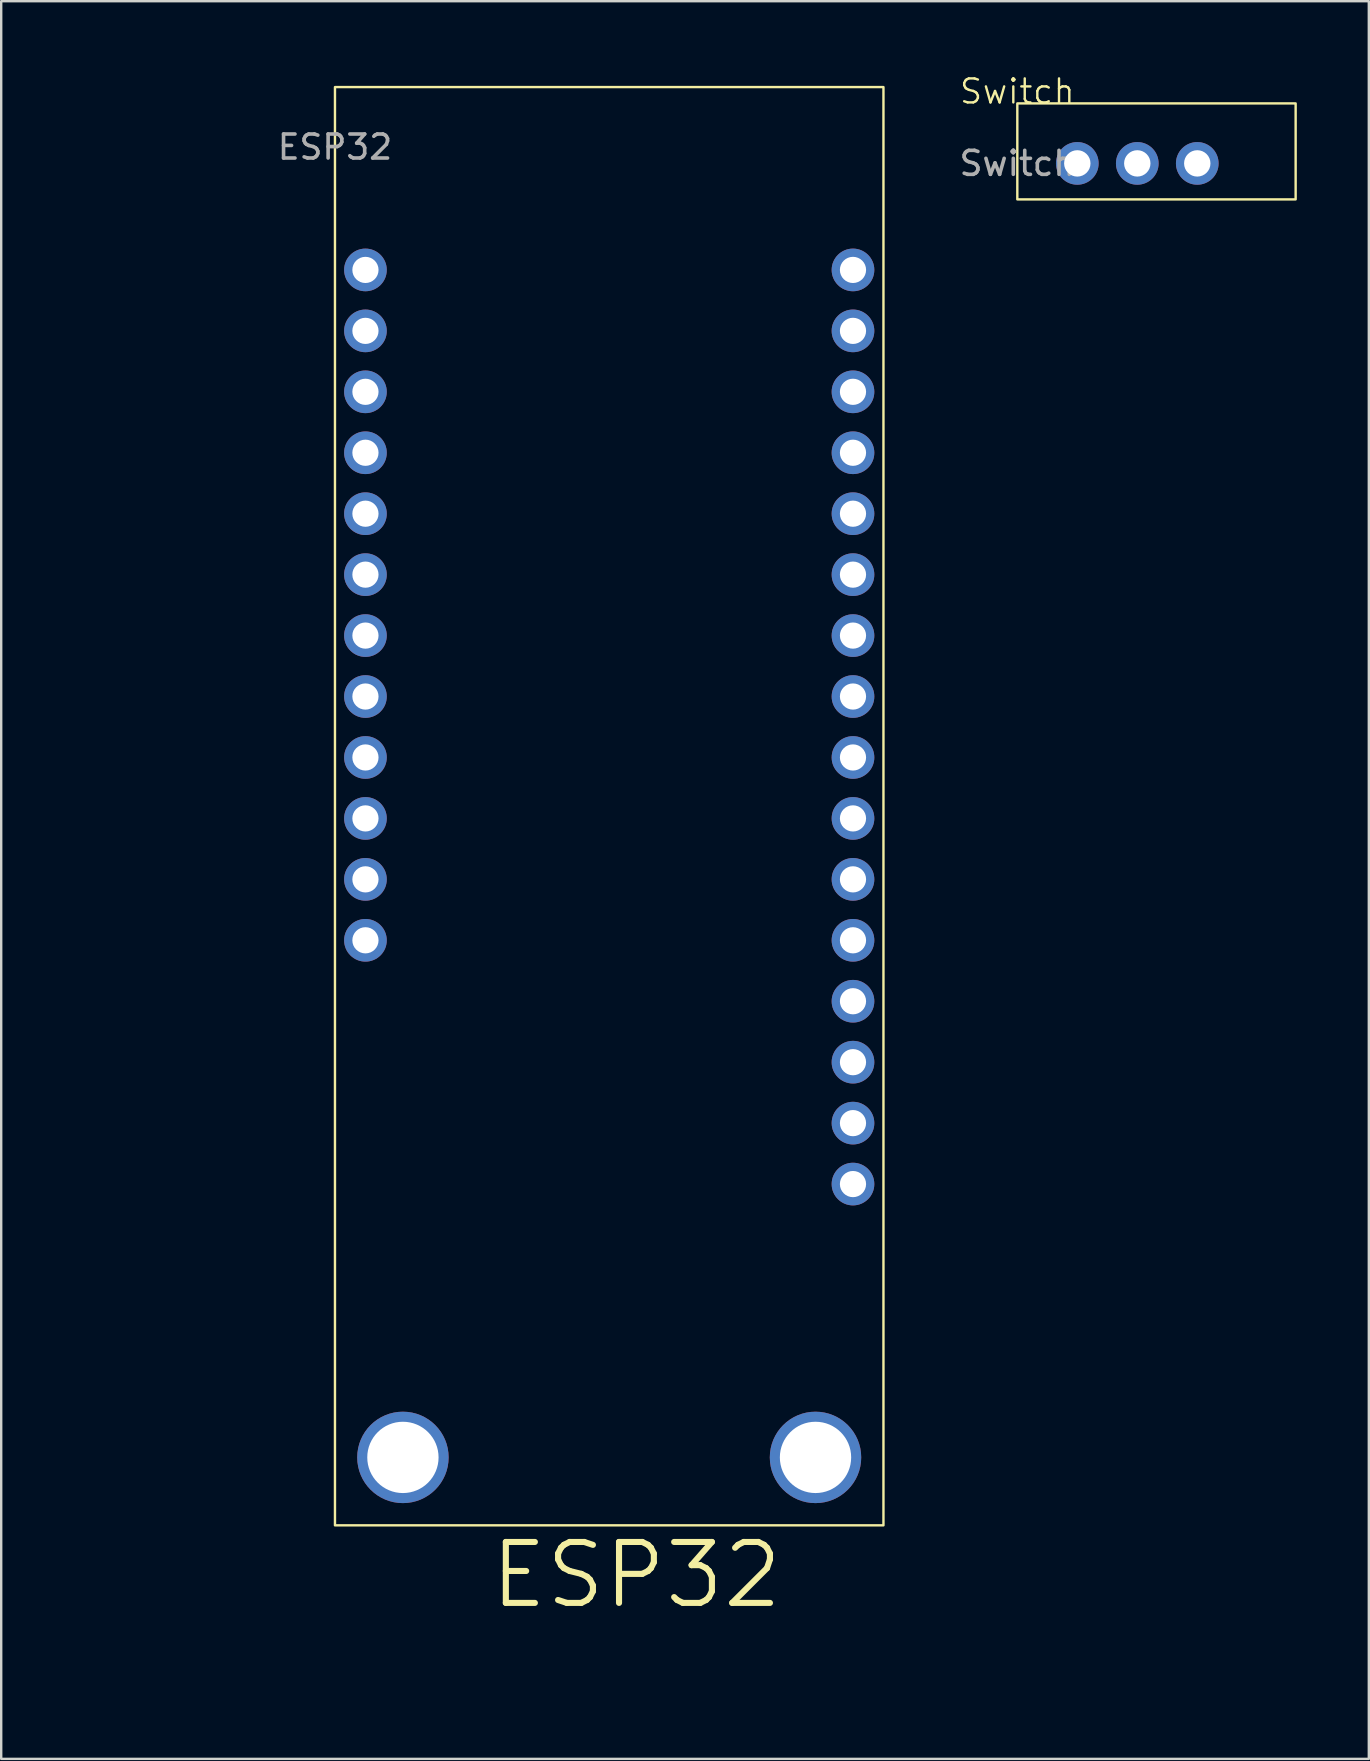
<source format=kicad_pcb>
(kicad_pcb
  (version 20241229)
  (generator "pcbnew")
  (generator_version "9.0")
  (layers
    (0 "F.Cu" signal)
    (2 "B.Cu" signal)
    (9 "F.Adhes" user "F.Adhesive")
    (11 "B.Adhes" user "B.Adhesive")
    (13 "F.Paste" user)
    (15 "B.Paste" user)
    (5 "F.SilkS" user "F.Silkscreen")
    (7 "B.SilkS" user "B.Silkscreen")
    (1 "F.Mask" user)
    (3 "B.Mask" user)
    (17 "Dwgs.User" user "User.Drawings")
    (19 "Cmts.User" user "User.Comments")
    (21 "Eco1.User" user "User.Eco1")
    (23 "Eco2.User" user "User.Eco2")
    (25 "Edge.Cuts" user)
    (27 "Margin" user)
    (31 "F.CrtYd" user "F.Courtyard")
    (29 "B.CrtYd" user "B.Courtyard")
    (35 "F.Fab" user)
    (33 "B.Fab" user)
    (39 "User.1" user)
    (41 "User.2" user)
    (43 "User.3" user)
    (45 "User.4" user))
  (footprint "Switch"
    (layer "F.Cu")
    (at 39.35 1.26)
    (property "Reference" "Switch" (at 0 -0.5 0) (unlocked yes) (layer "F.SilkS") (effects (font (size 1 1) (thickness 0.1))))
    (attr through_hole)
    (fp_rect (start 0 0) (end 11.6 4) (stroke (width 0.1) (type default)) (fill no) (layer "F.SilkS"))
    (fp_text user "${REFERENCE}" (at 0 2.5 0) (unlocked yes) (layer "F.Fab") (effects (font (size 1 1) (thickness 0.15))))
    (pad "1" thru_hole circle (at 2.5 2.5) (size 1.778 1.778) (drill 1.1) (layers "*.Cu" "*.Mask"))
    (pad "2" thru_hole circle (at 5 2.5) (size 1.778 1.778) (drill 1.1) (layers "*.Cu" "*.Mask"))
    (pad "3" thru_hole circle (at 7.5 2.5) (size 1.778 1.778) (drill 1.1) (layers "*.Cu" "*.Mask")))
  (footprint "ESP32"
    (layer "F.Cu")
    (at 10.911 0.58)
    (property "Reference" "ESP32" (at 1.27 0 0) (unlocked yes) (layer "User.1") (effects (font (size 0.762 0.762) (thickness 0.076))))
    (attr through_hole)
    (fp_rect (start 0 0) (end 22.86 59.944) (stroke (width 0.1) (type default)) (fill no) (layer "F.SilkS"))
    (fp_text user "ESP32" (at 6.35 63.5 0) (unlocked yes) (layer "F.SilkS") (effects (font (size 2.54 2.54) (thickness 0.254)) (justify left bottom)))
    (fp_text user "${REFERENCE}" (at 0 2.5 0) (unlocked yes) (layer "F.Fab") (effects (font (size 1 1) (thickness 0.15))))
    (dimension (type aligned) (layer "User.1") (pts (xy 12.181 8.2) (xy 32.501 8.2)) (height -2.286) (format (prefix "") (suffix "") (units 3) (units_format 1) (precision 4)) (style (thickness 0.1) (arrow_length 1.27) (text_position_mode 0) (arrow_direction outward) (extension_height 0.586) (extension_offset 0.5) (keep_text_aligned yes)) (gr_text "20.3200 mm" (at 22.341 4.764 0) (layer "User.1") (effects (font (size 1 1) (thickness 0.15)))))
    (dimension (type aligned) (layer "User.1") (pts (xy 10.911 0.58) (xy 10.911 60.524)) (height 4.826) (format (prefix "") (suffix "") (units 3) (units_format 1) (precision 4)) (style (thickness 0.1) (arrow_length 1.27) (text_position_mode 0) (arrow_direction outward) (extension_height 0.586) (extension_offset 0.5) (keep_text_aligned yes)) (gr_text "59.9440 mm" (at 4.935 30.552 90) (layer "User.1") (effects (font (size 1 1) (thickness 0.15)))))
    (dimension (type aligned) (layer "User.1") (pts (xy 10.911 60.498) (xy 33.771 60.498)) (height 6.121) (format (prefix "") (suffix "") (units 3) (units_format 1) (precision 4)) (style (thickness 0.1) (arrow_length 1.27) (text_position_mode 0) (arrow_direction outward) (extension_height 0.586) (extension_offset 0.5) (keep_text_aligned yes)) (gr_text "22.8600 mm" (at 22.341 65.469 0) (layer "User.1") (effects (font (size 1 1) (thickness 0.15)))))
    (pad "1" thru_hole circle (at 1.27 7.62) (size 1.778 1.778) (drill 1.092) (layers "*.Cu" "*.Mask"))
    (pad "2" thru_hole circle (at 1.27 10.16) (size 1.778 1.778) (drill 1.092) (layers "*.Cu" "*.Mask"))
    (pad "3" thru_hole circle (at 1.27 12.7) (size 1.778 1.778) (drill 1.092) (layers "*.Cu" "*.Mask"))
    (pad "4" thru_hole circle (at 1.27 15.24) (size 1.778 1.778) (drill 1.092) (layers "*.Cu" "*.Mask"))
    (pad "5" thru_hole circle (at 1.27 17.78) (size 1.778 1.778) (drill 1.092) (layers "*.Cu" "*.Mask"))
    (pad "6" thru_hole circle (at 1.27 20.32) (size 1.778 1.778) (drill 1.092) (layers "*.Cu" "*.Mask"))
    (pad "7" thru_hole circle (at 1.27 22.86) (size 1.778 1.778) (drill 1.092) (layers "*.Cu" "*.Mask"))
    (pad "8" thru_hole circle (at 1.27 25.4) (size 1.778 1.778) (drill 1.092) (layers "*.Cu" "*.Mask"))
    (pad "9" thru_hole circle (at 1.27 27.94) (size 1.778 1.778) (drill 1.092) (layers "*.Cu" "*.Mask"))
    (pad "10" thru_hole circle (at 1.27 30.48) (size 1.778 1.778) (drill 1.092) (layers "*.Cu" "*.Mask"))
    (pad "11" thru_hole circle (at 1.27 33.02) (size 1.778 1.778) (drill 1.092) (layers "*.Cu" "*.Mask"))
    (pad "12" thru_hole circle (at 1.27 35.56) (size 1.778 1.778) (drill 1.092) (layers "*.Cu" "*.Mask"))
    (pad "13" thru_hole circle (at 21.59 45.72) (size 1.778 1.778) (drill 1.092) (layers "*.Cu" "*.Mask"))
    (pad "14" thru_hole circle (at 21.59 43.18) (size 1.778 1.778) (drill 1.092) (layers "*.Cu" "*.Mask"))
    (pad "15" thru_hole circle (at 21.59 40.64) (size 1.778 1.778) (drill 1.092) (layers "*.Cu" "*.Mask"))
    (pad "16" thru_hole circle (at 21.59 38.1) (size 1.778 1.778) (drill 1.092) (layers "*.Cu" "*.Mask"))
    (pad "17" thru_hole circle (at 21.59 35.56) (size 1.778 1.778) (drill 1.092) (layers "*.Cu" "*.Mask"))
    (pad "18" thru_hole circle (at 21.59 33.02) (size 1.778 1.778) (drill 1.092) (layers "*.Cu" "*.Mask"))
    (pad "19" thru_hole circle (at 21.59 30.48) (size 1.778 1.778) (drill 1.092) (layers "*.Cu" "*.Mask"))
    (pad "20" thru_hole circle (at 21.59 27.94) (size 1.778 1.778) (drill 1.092) (layers "*.Cu" "*.Mask"))
    (pad "21" thru_hole circle (at 21.59 25.4) (size 1.778 1.778) (drill 1.092) (layers "*.Cu" "*.Mask"))
    (pad "22" thru_hole circle (at 21.59 22.86) (size 1.778 1.778) (drill 1.092) (layers "*.Cu" "*.Mask"))
    (pad "23" thru_hole circle (at 21.59 20.32) (size 1.778 1.778) (drill 1.092) (layers "*.Cu" "*.Mask"))
    (pad "24" thru_hole circle (at 21.59 17.78) (size 1.778 1.778) (drill 1.092) (layers "*.Cu" "*.Mask"))
    (pad "25" thru_hole circle (at 21.59 15.24) (size 1.778 1.778) (drill 1.092) (layers "*.Cu" "*.Mask"))
    (pad "26" thru_hole circle (at 21.59 12.7) (size 1.778 1.778) (drill 1.092) (layers "*.Cu" "*.Mask"))
    (pad "27" thru_hole circle (at 21.59 10.16) (size 1.778 1.778) (drill 1.092) (layers "*.Cu" "*.Mask"))
    (pad "28" thru_hole circle (at 21.59 7.62) (size 1.778 1.778) (drill 1.092) (layers "*.Cu" "*.Mask"))
    (pad "29" thru_hole circle (at 2.832 57.112) (size 3.81 3.81) (drill 2.972) (layers "*.Cu" "*.Mask"))
    (pad "30" thru_hole circle (at 20.028 57.112) (size 3.81 3.81) (drill 2.972) (layers "*.Cu" "*.Mask")))
  (gr_rect
    (start -3 -3)
    (end 54 70.256)
    (stroke (width 0.1) (type default))
    (fill no)
    (layer "Edge.Cuts")))
</source>
